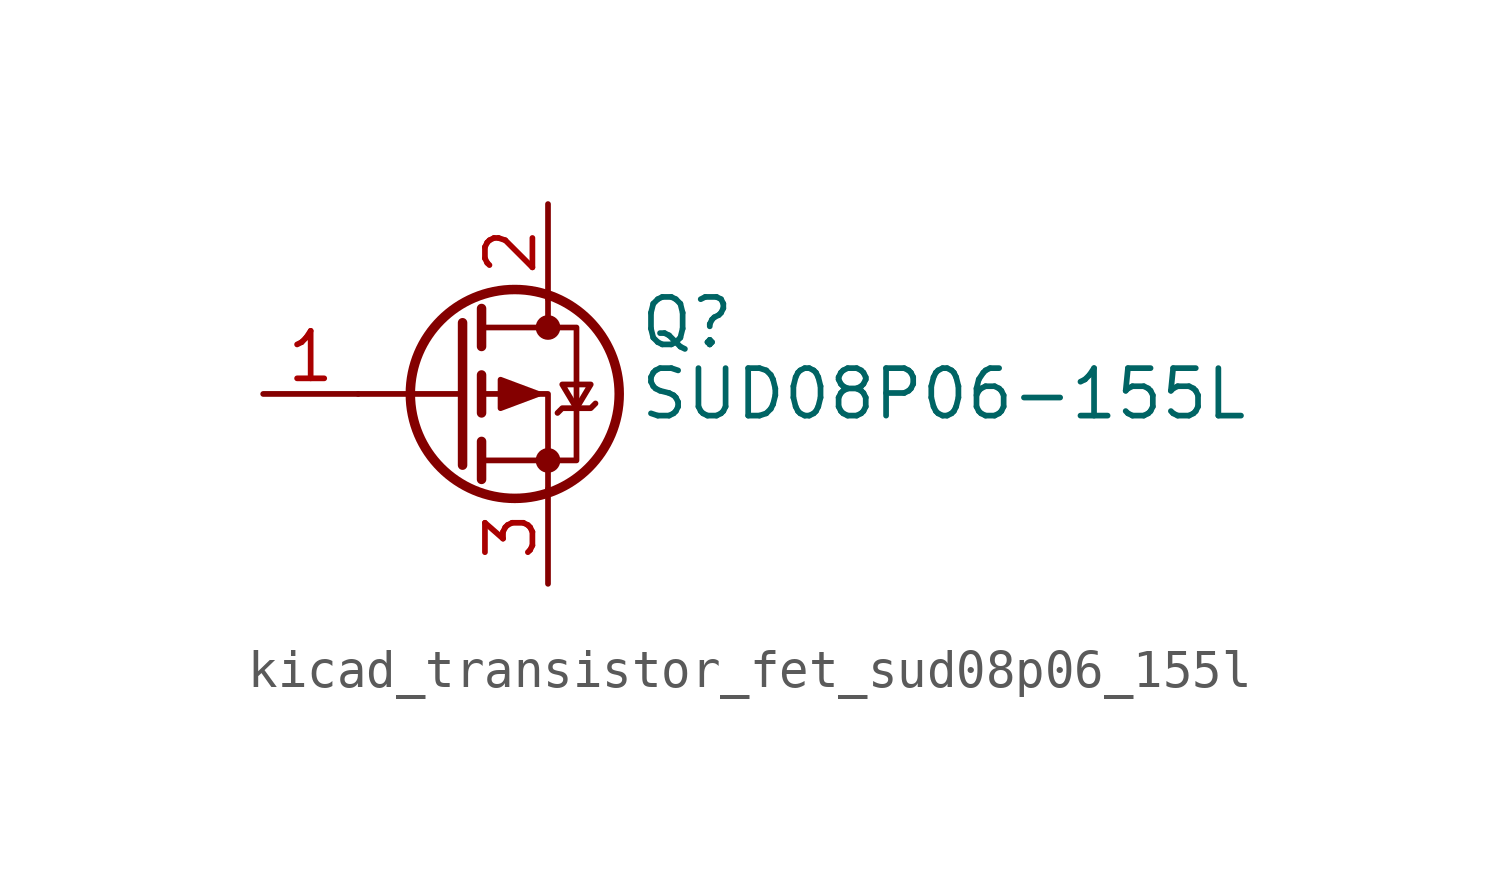
<source format=kicad_sym>
(kicad_symbol_lib
  (version 20220914)
  (generator kicad_symbol_editor)
  (symbol "kicad_transistor_fet_sud08p06_155l"
    (pin_names hide)
    (property "Reference" "Q"
      (at 4.953 1.905 0)
      (effects (font (size 1.27 1.27)) (justify left)))
    (property "Value" "SUD08P06-155L"
      (at 4.953 0 0)
      (effects (font (size 1.27 1.27)) (justify left)))
    (symbol "kicad_transistor_fet_sud08p06_155l_0_1"
      (polyline (pts (xy 0.254 0) (xy -2.54 0)) (stroke (width 0) (type default)) (fill (type none)))
      (polyline (pts (xy 0.254 1.905) (xy 0.254 -1.905)) (stroke (width 0.254) (type default)) (fill (type none)))
      (polyline (pts (xy 0.762 -1.27) (xy 0.762 -2.286)) (stroke (width 0.254) (type default)) (fill (type none)))
      (polyline (pts (xy 0.762 0.508) (xy 0.762 -0.508)) (stroke (width 0.254) (type default)) (fill (type none)))
      (polyline (pts (xy 0.762 2.286) (xy 0.762 1.27)) (stroke (width 0.254) (type default)) (fill (type none)))
      (polyline (pts (xy 2.54 2.54) (xy 2.54 1.778)) (stroke (width 0) (type default)) (fill (type none)))
      (polyline (pts (xy 2.54 -2.54) (xy 2.54 0) (xy 0.762 0)) (stroke (width 0) (type default)) (fill (type none)))
      (polyline (pts (xy 0.762 1.778) (xy 3.302 1.778) (xy 3.302 -1.778) (xy 0.762 -1.778)) (stroke (width 0) (type default)) (fill (type none)))
      (polyline (pts (xy 2.286 0) (xy 1.27 0.381) (xy 1.27 -0.381) (xy 2.286 0)) (stroke (width 0) (type default)) (fill (type outline)))
      (polyline (pts (xy 2.794 -0.508) (xy 2.921 -0.381) (xy 3.683 -0.381) (xy 3.81 -0.254)) (stroke (width 0) (type default)) (fill (type none)))
      (polyline (pts (xy 3.302 -0.381) (xy 2.921 0.254) (xy 3.683 0.254) (xy 3.302 -0.381)) (stroke (width 0) (type default)) (fill (type none)))
      (circle (center 1.651 0) (radius 2.794) (stroke (width 0.254) (type default)) (fill (type none)))
      (circle (center 2.54 -1.778) (radius 0.254) (stroke (width 0) (type default)) (fill (type outline)))
      (circle (center 2.54 1.778) (radius 0.254) (stroke (width 0) (type default)) (fill (type outline))))
    (symbol "kicad_transistor_fet_sud08p06_155l_1_1"
      (pin input line (at -5.08 0 0) (length 2.54) (name "G" (effects (font (size 1.27 1.27)))) (number "1" (effects (font (size 1.27 1.27)))))
      (pin passive line (at 2.54 5.08 270) (length 2.54) (name "D" (effects (font (size 1.27 1.27)))) (number "2" (effects (font (size 1.27 1.27)))))
      (pin passive line (at 2.54 -5.08 90) (length 2.54) (name "S" (effects (font (size 1.27 1.27)))) (number "3" (effects (font (size 1.27 1.27))))))))
</source>
